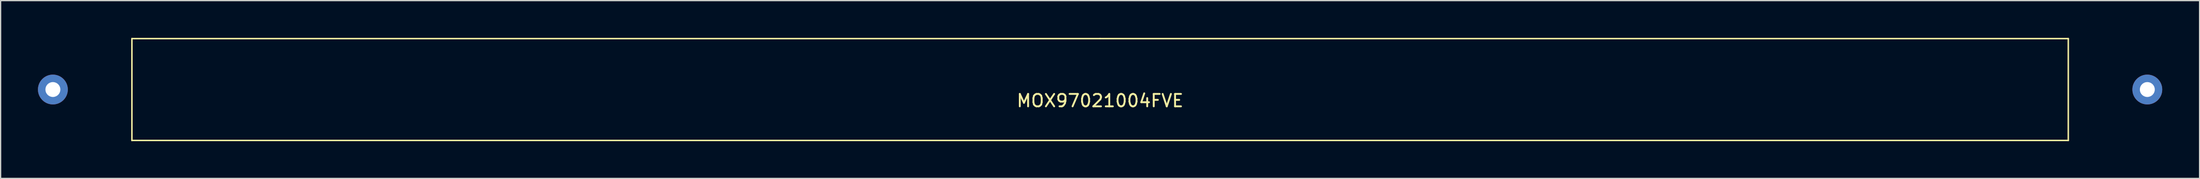
<source format=kicad_pcb>
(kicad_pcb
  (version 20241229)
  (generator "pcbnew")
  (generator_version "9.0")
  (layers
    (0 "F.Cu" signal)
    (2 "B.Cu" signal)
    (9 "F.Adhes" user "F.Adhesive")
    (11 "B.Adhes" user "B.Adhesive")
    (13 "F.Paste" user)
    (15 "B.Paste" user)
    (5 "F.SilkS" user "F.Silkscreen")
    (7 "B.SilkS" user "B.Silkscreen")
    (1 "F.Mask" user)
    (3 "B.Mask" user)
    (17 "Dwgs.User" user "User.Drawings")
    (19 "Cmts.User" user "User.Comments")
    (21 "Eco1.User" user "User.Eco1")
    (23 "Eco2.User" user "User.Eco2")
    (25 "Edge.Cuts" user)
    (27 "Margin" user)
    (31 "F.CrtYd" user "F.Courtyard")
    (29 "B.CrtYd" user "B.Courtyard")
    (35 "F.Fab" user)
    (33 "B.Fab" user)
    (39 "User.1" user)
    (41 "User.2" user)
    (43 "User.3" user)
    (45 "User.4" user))
  (footprint "MOX97021004FVE"
    (layer "F.Cu")
    (at 85.35 4.16)
    (property "Reference" "MOX97021004FVE" (at 0 0.9 0) (layer "F.SilkS") (effects (font (size 1 1) (thickness 0.15))))
    (attr through_hole)
    (fp_line (start -77.8 -4.1) (end 0 -4.1) (stroke (width 0.12) (type solid)) (layer "F.SilkS"))
    (fp_line (start -77.8 4.1) (end -77.8 -4.1) (stroke (width 0.12) (type solid)) (layer "F.SilkS"))
    (fp_line (start 0 -4.1) (end 77.8 -4.1) (stroke (width 0.12) (type solid)) (layer "F.SilkS"))
    (fp_line (start 77.8 -4.1) (end 77.8 4.1) (stroke (width 0.12) (type solid)) (layer "F.SilkS"))
    (fp_line (start 77.8 4.1) (end -77.8 4.1) (stroke (width 0.12) (type solid)) (layer "F.SilkS"))
    (pad "1" thru_hole circle (at -84.15 0) (size 2.4 2.4) (drill 1.2) (layers "*.Cu" "*.Mask"))
    (pad "2" thru_hole circle (at 84.15 0) (size 2.4 2.4) (drill 1.2) (layers "*.Cu" "*.Mask")))
  (gr_rect
    (start -3 -3)
    (end 173.7 11.32)
    (stroke (width 0.1) (type default))
    (fill no)
    (layer "Edge.Cuts")))
</source>
